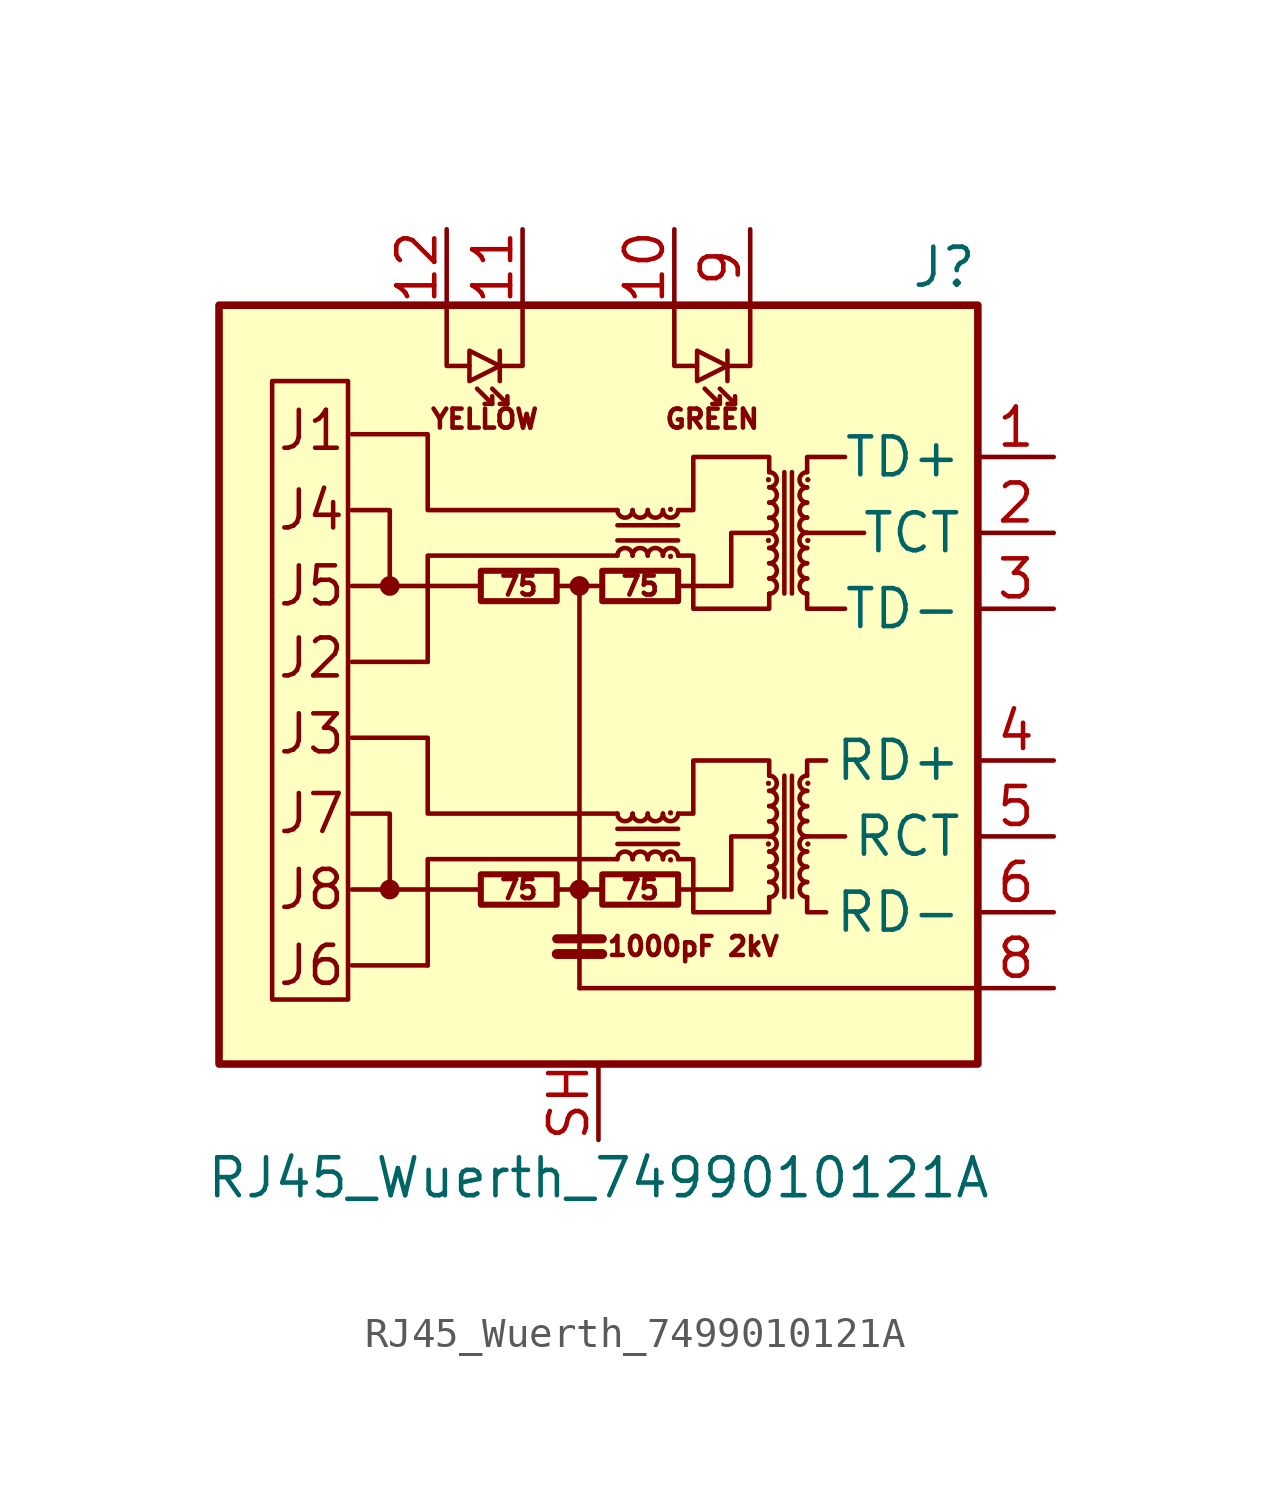
<source format=kicad_sym>
(kicad_symbol_lib
  (version 20231120)
  (generator "kicad_symbol_editor")
  (generator_version "8.0")
  (symbol "RJ45_Wuerth_7499010121A"
    (property "Reference" "J"
      (at 12.7 13.97 0)
      (effects (font (size 1.27 1.27)) (justify right)))
    (property "Value" "RJ45_Wuerth_7499010121A"
      (at 0 -16.51 0)
      (effects (font (size 1.27 1.27))))
    (symbol "RJ45_Wuerth_7499010121A_0_0"
      (rectangle (start -12.7 12.7) (end 12.7 -12.7) (stroke (width 0.254) (type default)) (fill (type background)))
      (polyline (pts (xy -3.937 -6.858) (xy -8.255 -6.858)) (stroke (width 0) (type default)) (fill (type none)))
      (polyline (pts (xy -3.937 3.302) (xy -8.255 3.302)) (stroke (width 0) (type default)) (fill (type none)))
      (polyline (pts (xy -0.635 -10.16) (xy 12.7 -10.16)) (stroke (width 0) (type default)) (fill (type none)))
      (polyline (pts (xy 8.255 -5.08) (xy 6.985 -5.08)) (stroke (width 0) (type default)) (fill (type none)))
      (polyline (pts (xy 8.89 5.08) (xy 6.985 5.08)) (stroke (width 0) (type default)) (fill (type none)))
      (polyline (pts (xy 0.635 -4.318) (xy -5.715 -4.318) (xy -5.715 -1.778) (xy -8.255 -1.778)) (stroke (width 0) (type default)) (fill (type none)))
      (polyline (pts (xy 0.635 5.842) (xy -5.715 5.842) (xy -5.715 8.382) (xy -8.255 8.382)) (stroke (width 0) (type default)) (fill (type none)))
      (polyline (pts (xy 2.667 -6.858) (xy 4.445 -6.858) (xy 4.445 -5.08) (xy 5.715 -5.08)) (stroke (width 0) (type default)) (fill (type none)))
      (polyline (pts (xy 2.667 3.302) (xy 4.445 3.302) (xy 4.445 5.08) (xy 5.715 5.08)) (stroke (width 0) (type default)) (fill (type none)))
      (text "1000pF 2kV" (at 3.175 -8.763 0) (effects (font (size 0.635 0.635))))
      (text "75" (at -2.667 -6.858 0) (effects (font (size 0.635 0.635))))
      (text "75" (at -2.667 3.302 0) (effects (font (size 0.635 0.635))))
      (text "75" (at 1.397 -6.858 0) (effects (font (size 0.635 0.635))))
      (text "75" (at 1.397 3.302 0) (effects (font (size 0.635 0.635))))
      (text "GREEN" (at 3.81 8.89 0) (effects (font (size 0.635 0.635))))
      (text "J1" (at -10.795 8.509 0) (effects (font (size 1.27 1.27)) (justify left)))
      (text "J2" (at -10.795 0.889 0) (effects (font (size 1.27 1.27)) (justify left)))
      (text "J3" (at -10.795 -1.651 0) (effects (font (size 1.27 1.27)) (justify left)))
      (text "J4" (at -10.795 5.842 0) (effects (font (size 1.27 1.27)) (justify left)))
      (text "J5" (at -10.795 3.302 0) (effects (font (size 1.27 1.27)) (justify left)))
      (text "J6" (at -10.795 -9.398 0) (effects (font (size 1.27 1.27)) (justify left)))
      (text "J7" (at -10.795 -4.318 0) (effects (font (size 1.27 1.27)) (justify left)))
      (text "J8" (at -10.795 -6.858 0) (effects (font (size 1.27 1.27)) (justify left)))
      (text "YELLOW" (at -3.81 8.89 0) (effects (font (size 0.635 0.635)))))
    (symbol "RJ45_Wuerth_7499010121A_0_1"
      (rectangle (start -8.382 -10.541) (end -10.922 10.16) (stroke (width 0) (type default)) (fill (type none)))
      (circle (center -6.985 -6.858) (radius 0.254) (stroke (width 0) (type default)) (fill (type outline)))
      (circle (center -6.985 3.302) (radius 0.254) (stroke (width 0) (type default)) (fill (type outline)))
      (rectangle (start -3.937 -7.366) (end -1.397 -6.35) (stroke (width 0.203) (type default)) (fill (type none)))
      (rectangle (start -3.937 2.794) (end -1.397 3.81) (stroke (width 0.203) (type default)) (fill (type none)))
      (circle (center -0.635 -6.858) (radius 0.254) (stroke (width 0) (type default)) (fill (type outline)))
      (circle (center -0.635 3.302) (radius 0.254) (stroke (width 0) (type default)) (fill (type outline)))
      (polyline (pts (xy -5.715 -9.398) (xy -8.255 -9.398)) (stroke (width 0) (type default)) (fill (type none)))
      (polyline (pts (xy -5.715 0.762) (xy -8.255 0.762)) (stroke (width 0) (type default)) (fill (type none)))
      (polyline (pts (xy -3.556 9.398) (xy -4.064 9.906)) (stroke (width 0) (type default)) (fill (type none)))
      (polyline (pts (xy -3.302 11.176) (xy -3.302 10.16)) (stroke (width 0) (type default)) (fill (type none)))
      (polyline (pts (xy -3.048 9.398) (xy -3.556 9.906)) (stroke (width 0) (type default)) (fill (type none)))
      (polyline (pts (xy -1.397 -9.017) (xy 0.127 -9.017)) (stroke (width 0.33) (type default)) (fill (type none)))
      (polyline (pts (xy -1.397 -8.509) (xy 0.127 -8.509)) (stroke (width 0.305) (type default)) (fill (type none)))
      (polyline (pts (xy -0.635 3.302) (xy -1.397 3.302)) (stroke (width 0) (type default)) (fill (type none)))
      (polyline (pts (xy 0.127 -6.858) (xy -1.397 -6.858)) (stroke (width 0) (type default)) (fill (type none)))
      (polyline (pts (xy 0.635 -5.334) (xy 2.667 -5.334)) (stroke (width 0) (type default)) (fill (type none)))
      (polyline (pts (xy 0.635 4.826) (xy 2.667 4.826)) (stroke (width 0) (type default)) (fill (type none)))
      (polyline (pts (xy 2.667 -4.826) (xy 0.635 -4.826)) (stroke (width 0) (type default)) (fill (type none)))
      (polyline (pts (xy 2.667 5.334) (xy 0.635 5.334)) (stroke (width 0) (type default)) (fill (type none)))
      (polyline (pts (xy 4.064 9.398) (xy 3.556 9.906)) (stroke (width 0) (type default)) (fill (type none)))
      (polyline (pts (xy 4.318 11.176) (xy 4.318 10.16)) (stroke (width 0) (type default)) (fill (type none)))
      (polyline (pts (xy 4.572 9.398) (xy 4.064 9.906)) (stroke (width 0) (type default)) (fill (type none)))
      (polyline (pts (xy 6.223 -3.048) (xy 6.223 -7.112)) (stroke (width 0) (type default)) (fill (type none)))
      (polyline (pts (xy 6.223 7.112) (xy 6.223 3.048)) (stroke (width 0) (type default)) (fill (type none)))
      (polyline (pts (xy 6.477 -7.112) (xy 6.477 -3.048)) (stroke (width 0) (type default)) (fill (type none)))
      (polyline (pts (xy 6.477 3.048) (xy 6.477 7.112)) (stroke (width 0) (type default)) (fill (type none)))
      (polyline (pts (xy -6.985 -6.858) (xy -6.985 -4.318) (xy -8.255 -4.318)) (stroke (width 0) (type default)) (fill (type none)))
      (polyline (pts (xy -6.985 3.302) (xy -6.985 5.842) (xy -8.255 5.842)) (stroke (width 0) (type default)) (fill (type none)))
      (polyline (pts (xy -5.08 12.7) (xy -5.08 10.668) (xy -4.318 10.668)) (stroke (width 0) (type default)) (fill (type none)))
      (polyline (pts (xy -3.556 9.652) (xy -3.556 9.398) (xy -3.81 9.398)) (stroke (width 0) (type default)) (fill (type none)))
      (polyline (pts (xy -3.048 9.652) (xy -3.048 9.398) (xy -3.302 9.398)) (stroke (width 0) (type default)) (fill (type none)))
      (polyline (pts (xy -2.54 12.7) (xy -2.54 10.668) (xy -3.302 10.668)) (stroke (width 0) (type default)) (fill (type none)))
      (polyline (pts (xy -0.635 -10.16) (xy -0.635 3.302) (xy 0 3.302)) (stroke (width 0) (type default)) (fill (type none)))
      (polyline (pts (xy 0.635 -5.842) (xy -5.715 -5.842) (xy -5.715 -9.398)) (stroke (width 0) (type default)) (fill (type none)))
      (polyline (pts (xy 0.635 4.318) (xy -5.715 4.318) (xy -5.715 0.762)) (stroke (width 0) (type default)) (fill (type none)))
      (polyline (pts (xy 2.54 12.7) (xy 2.54 10.668) (xy 3.302 10.668)) (stroke (width 0) (type default)) (fill (type none)))
      (polyline (pts (xy 4.064 9.652) (xy 4.064 9.398) (xy 3.81 9.398)) (stroke (width 0) (type default)) (fill (type none)))
      (polyline (pts (xy 4.572 9.652) (xy 4.572 9.398) (xy 4.318 9.398)) (stroke (width 0) (type default)) (fill (type none)))
      (polyline (pts (xy 5.08 12.7) (xy 5.08 10.668) (xy 4.318 10.668)) (stroke (width 0) (type default)) (fill (type none)))
      (polyline (pts (xy 6.985 -7.112) (xy 6.985 -7.62) (xy 7.62 -7.62)) (stroke (width 0) (type default)) (fill (type none)))
      (polyline (pts (xy 6.985 -3.048) (xy 6.985 -2.54) (xy 7.62 -2.54)) (stroke (width 0) (type default)) (fill (type none)))
      (polyline (pts (xy 6.985 3.048) (xy 6.985 2.54) (xy 8.255 2.54)) (stroke (width 0) (type default)) (fill (type none)))
      (polyline (pts (xy 6.985 7.112) (xy 6.985 7.62) (xy 8.255 7.62)) (stroke (width 0) (type default)) (fill (type none)))
      (polyline (pts (xy -3.302 10.668) (xy -4.318 11.176) (xy -4.318 10.16) (xy -3.302 10.668)) (stroke (width 0) (type default)) (fill (type none)))
      (polyline (pts (xy 4.318 10.668) (xy 3.302 11.176) (xy 3.302 10.16) (xy 4.318 10.668)) (stroke (width 0) (type default)) (fill (type none)))
      (polyline (pts (xy 2.667 -4.318) (xy 3.175 -4.318) (xy 3.175 -2.54) (xy 5.715 -2.54) (xy 5.715 -3.048)) (stroke (width 0) (type default)) (fill (type none)))
      (polyline (pts (xy 2.667 5.842) (xy 3.175 5.842) (xy 3.175 7.62) (xy 5.715 7.62) (xy 5.715 7.112)) (stroke (width 0) (type default)) (fill (type none)))
      (polyline (pts (xy 5.715 -7.112) (xy 5.715 -7.62) (xy 3.175 -7.62) (xy 3.175 -5.842) (xy 2.667 -5.842)) (stroke (width 0) (type default)) (fill (type none)))
      (polyline (pts (xy 5.715 3.048) (xy 5.715 2.54) (xy 3.175 2.54) (xy 3.175 4.318) (xy 2.667 4.318)) (stroke (width 0) (type default)) (fill (type none)))
      (rectangle (start 0.127 -7.366) (end 2.667 -6.35) (stroke (width 0.203) (type default)) (fill (type none)))
      (rectangle (start 0.127 2.794) (end 2.667 3.81) (stroke (width 0.203) (type default)) (fill (type none)))
      (arc (start 0.635 -4.318) (mid 0.889 -4.5709) (end 1.143 -4.318) (stroke (width 0) (type default)) (fill (type none)))
      (arc (start 0.635 5.842) (mid 0.889 5.5891) (end 1.143 5.842) (stroke (width 0) (type default)) (fill (type none)))
      (arc (start 1.143 -5.842) (mid 0.889 -5.5891) (end 0.635 -5.842) (stroke (width 0) (type default)) (fill (type none)))
      (arc (start 1.143 -4.318) (mid 1.397 -4.5709) (end 1.651 -4.318) (stroke (width 0) (type default)) (fill (type none)))
      (arc (start 1.143 4.318) (mid 0.889 4.5709) (end 0.635 4.318) (stroke (width 0) (type default)) (fill (type none)))
      (arc (start 1.143 5.842) (mid 1.397 5.5891) (end 1.651 5.842) (stroke (width 0) (type default)) (fill (type none)))
      (arc (start 1.651 -5.842) (mid 1.397 -5.5891) (end 1.143 -5.842) (stroke (width 0) (type default)) (fill (type none)))
      (arc (start 1.651 -4.318) (mid 1.905 -4.5709) (end 2.159 -4.318) (stroke (width 0) (type default)) (fill (type none)))
      (arc (start 1.651 4.318) (mid 1.397 4.5709) (end 1.143 4.318) (stroke (width 0) (type default)) (fill (type none)))
      (arc (start 1.651 5.842) (mid 1.905 5.5891) (end 2.159 5.842) (stroke (width 0) (type default)) (fill (type none)))
      (arc (start 2.159 -5.842) (mid 1.905 -5.5891) (end 1.651 -5.842) (stroke (width 0) (type default)) (fill (type none)))
      (arc (start 2.159 -4.318) (mid 2.413 -4.5709) (end 2.667 -4.318) (stroke (width 0) (type default)) (fill (type none)))
      (arc (start 2.159 4.318) (mid 1.905 4.5709) (end 1.651 4.318) (stroke (width 0) (type default)) (fill (type none)))
      (arc (start 2.159 5.842) (mid 2.413 5.5891) (end 2.667 5.842) (stroke (width 0) (type default)) (fill (type none)))
      (circle (center 2.413 -5.867) (radius 0.076) (stroke (width 0.025) (type default)) (fill (type outline)))
      (circle (center 2.413 -4.293) (radius 0.076) (stroke (width 0.025) (type default)) (fill (type outline)))
      (circle (center 2.413 4.293) (radius 0.076) (stroke (width 0.025) (type default)) (fill (type outline)))
      (circle (center 2.413 5.867) (radius 0.076) (stroke (width 0.025) (type default)) (fill (type outline)))
      (arc (start 2.667 -5.842) (mid 2.413 -5.5891) (end 2.159 -5.842) (stroke (width 0) (type default)) (fill (type none)))
      (arc (start 2.667 4.318) (mid 2.413 4.5709) (end 2.159 4.318) (stroke (width 0) (type default)) (fill (type none)))
      (circle (center 5.69 -5.334) (radius 0.076) (stroke (width 0.025) (type default)) (fill (type outline)))
      (circle (center 5.69 -3.302) (radius 0.076) (stroke (width 0.025) (type default)) (fill (type outline)))
      (circle (center 5.69 4.826) (radius 0.076) (stroke (width 0.025) (type default)) (fill (type outline)))
      (circle (center 5.69 6.858) (radius 0.076) (stroke (width 0.025) (type default)) (fill (type outline)))
      (arc (start 5.715 -7.112) (mid 5.9679 -6.858) (end 5.715 -6.604) (stroke (width 0) (type default)) (fill (type none)))
      (arc (start 5.715 -6.604) (mid 5.9679 -6.35) (end 5.715 -6.096) (stroke (width 0) (type default)) (fill (type none)))
      (arc (start 5.715 -6.096) (mid 5.9679 -5.842) (end 5.715 -5.588) (stroke (width 0) (type default)) (fill (type none)))
      (arc (start 5.715 -5.588) (mid 5.9679 -5.334) (end 5.715 -5.08) (stroke (width 0) (type default)) (fill (type none)))
      (arc (start 5.715 -5.08) (mid 5.9679 -4.826) (end 5.715 -4.572) (stroke (width 0) (type default)) (fill (type none)))
      (arc (start 5.715 -4.572) (mid 5.9679 -4.318) (end 5.715 -4.064) (stroke (width 0) (type default)) (fill (type none)))
      (arc (start 5.715 -4.064) (mid 5.9679 -3.81) (end 5.715 -3.556) (stroke (width 0) (type default)) (fill (type none)))
      (arc (start 5.715 -3.556) (mid 5.9679 -3.302) (end 5.715 -3.048) (stroke (width 0) (type default)) (fill (type none)))
      (arc (start 5.715 3.048) (mid 5.9679 3.302) (end 5.715 3.556) (stroke (width 0) (type default)) (fill (type none)))
      (arc (start 5.715 3.556) (mid 5.9679 3.81) (end 5.715 4.064) (stroke (width 0) (type default)) (fill (type none)))
      (arc (start 5.715 4.064) (mid 5.9679 4.318) (end 5.715 4.572) (stroke (width 0) (type default)) (fill (type none)))
      (arc (start 5.715 4.572) (mid 5.9679 4.826) (end 5.715 5.08) (stroke (width 0) (type default)) (fill (type none)))
      (arc (start 5.715 5.08) (mid 5.9679 5.334) (end 5.715 5.588) (stroke (width 0) (type default)) (fill (type none)))
      (arc (start 5.715 5.588) (mid 5.9679 5.842) (end 5.715 6.096) (stroke (width 0) (type default)) (fill (type none)))
      (arc (start 5.715 6.096) (mid 5.9679 6.35) (end 5.715 6.604) (stroke (width 0) (type default)) (fill (type none)))
      (arc (start 5.715 6.604) (mid 5.9679 6.858) (end 5.715 7.112) (stroke (width 0) (type default)) (fill (type none)))
      (arc (start 6.985 -6.604) (mid 6.7321 -6.858) (end 6.985 -7.112) (stroke (width 0) (type default)) (fill (type none)))
      (arc (start 6.985 -6.096) (mid 6.7321 -6.35) (end 6.985 -6.604) (stroke (width 0) (type default)) (fill (type none)))
      (arc (start 6.985 -5.588) (mid 6.7321 -5.842) (end 6.985 -6.096) (stroke (width 0) (type default)) (fill (type none)))
      (arc (start 6.985 -5.08) (mid 6.7321 -5.334) (end 6.985 -5.588) (stroke (width 0) (type default)) (fill (type none)))
      (arc (start 6.985 -4.572) (mid 6.7321 -4.826) (end 6.985 -5.08) (stroke (width 0) (type default)) (fill (type none)))
      (arc (start 6.985 -4.064) (mid 6.7321 -4.318) (end 6.985 -4.572) (stroke (width 0) (type default)) (fill (type none)))
      (arc (start 6.985 -3.556) (mid 6.7321 -3.81) (end 6.985 -4.064) (stroke (width 0) (type default)) (fill (type none)))
      (arc (start 6.985 -3.048) (mid 6.7321 -3.302) (end 6.985 -3.556) (stroke (width 0) (type default)) (fill (type none)))
      (arc (start 6.985 3.556) (mid 6.7321 3.302) (end 6.985 3.048) (stroke (width 0) (type default)) (fill (type none)))
      (arc (start 6.985 4.064) (mid 6.7321 3.81) (end 6.985 3.556) (stroke (width 0) (type default)) (fill (type none)))
      (arc (start 6.985 4.572) (mid 6.7321 4.318) (end 6.985 4.064) (stroke (width 0) (type default)) (fill (type none)))
      (arc (start 6.985 5.08) (mid 6.7321 4.826) (end 6.985 4.572) (stroke (width 0) (type default)) (fill (type none)))
      (arc (start 6.985 5.588) (mid 6.7321 5.334) (end 6.985 5.08) (stroke (width 0) (type default)) (fill (type none)))
      (arc (start 6.985 6.096) (mid 6.7321 5.842) (end 6.985 5.588) (stroke (width 0) (type default)) (fill (type none)))
      (arc (start 6.985 6.604) (mid 6.7321 6.35) (end 6.985 6.096) (stroke (width 0) (type default)) (fill (type none)))
      (arc (start 6.985 7.112) (mid 6.7321 6.858) (end 6.985 6.604) (stroke (width 0) (type default)) (fill (type none)))
      (circle (center 7.01 -5.334) (radius 0.076) (stroke (width 0.025) (type default)) (fill (type outline)))
      (circle (center 7.01 -3.302) (radius 0.076) (stroke (width 0.025) (type default)) (fill (type outline)))
      (circle (center 7.01 4.826) (radius 0.076) (stroke (width 0.025) (type default)) (fill (type outline)))
      (circle (center 7.01 6.858) (radius 0.076) (stroke (width 0.025) (type default)) (fill (type outline))))
    (symbol "RJ45_Wuerth_7499010121A_1_1"
      (pin passive line (at 15.24 7.62 180) (length 2.54) (name "TD+" (effects (font (size 1.27 1.27)))) (number "1" (effects (font (size 1.27 1.27)))))
      (pin passive line (at 2.54 15.24 270) (length 2.54) (name "~" (effects (font (size 1.27 1.27)))) (number "10" (effects (font (size 1.27 1.27)))))
      (pin passive line (at -2.54 15.24 270) (length 2.54) (name "~" (effects (font (size 1.27 1.27)))) (number "11" (effects (font (size 1.27 1.27)))))
      (pin passive line (at -5.08 15.24 270) (length 2.54) (name "~" (effects (font (size 1.27 1.27)))) (number "12" (effects (font (size 1.27 1.27)))))
      (pin passive line (at 15.24 5.08 180) (length 2.54) (name "TCT" (effects (font (size 1.27 1.27)))) (number "2" (effects (font (size 1.27 1.27)))))
      (pin passive line (at 15.24 2.54 180) (length 2.54) (name "TD-" (effects (font (size 1.27 1.27)))) (number "3" (effects (font (size 1.27 1.27)))))
      (pin passive line (at 15.24 -2.54 180) (length 2.54) (name "RD+" (effects (font (size 1.27 1.27)))) (number "4" (effects (font (size 1.27 1.27)))))
      (pin passive line (at 15.24 -5.08 180) (length 2.54) (name "RCT" (effects (font (size 1.27 1.27)))) (number "5" (effects (font (size 1.27 1.27)))))
      (pin passive line (at 15.24 -7.62 180) (length 2.54) (name "RD-" (effects (font (size 1.27 1.27)))) (number "6" (effects (font (size 1.27 1.27)))))
      (pin no_connect line (at 2.54 0 0) (length 0) hide (name "NC" (effects (font (size 1.27 1.27)))) (number "7" (effects (font (size 1.27 1.27)))))
      (pin passive line (at 15.24 -10.16 180) (length 2.54) (name "~" (effects (font (size 1.27 1.27)))) (number "8" (effects (font (size 1.27 1.27)))))
      (pin passive line (at 5.08 15.24 270) (length 2.54) (name "~" (effects (font (size 1.27 1.27)))) (number "9" (effects (font (size 1.27 1.27)))))
      (pin passive line (at 0 -15.24 90) (length 2.54) (name "~" (effects (font (size 1.27 1.27)))) (number "SH" (effects (font (size 1.27 1.27))))))))
</source>
